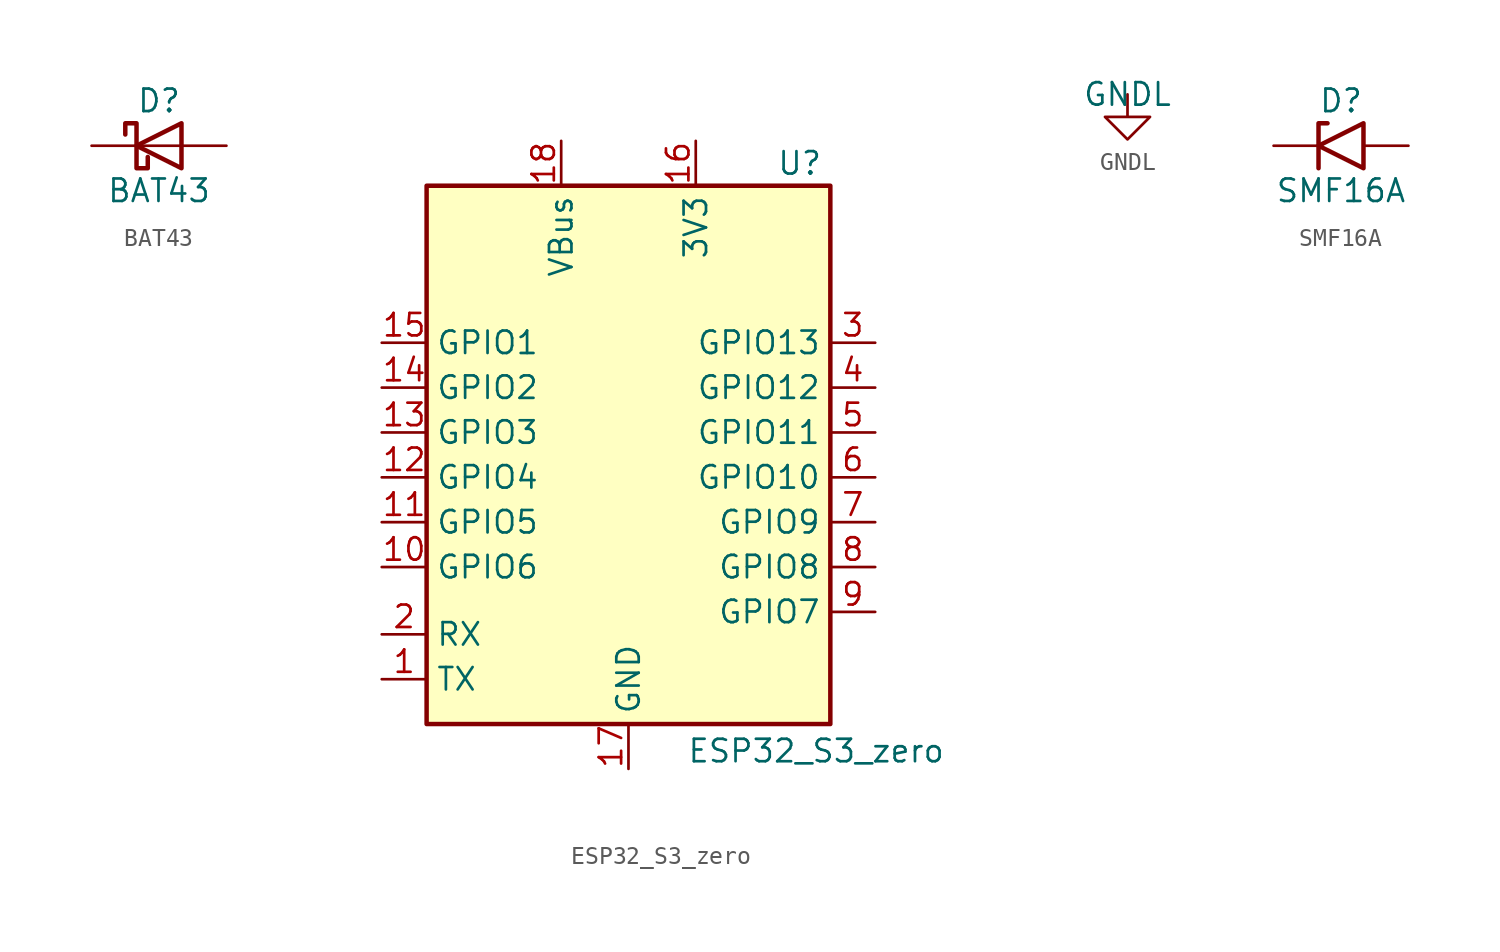
<source format=kicad_sym>
(kicad_symbol_lib
  (version 20241209)
  (generator "kicad_symbol_editor")
  (generator_version "9.0")
  (symbol "BAT43"
    (pin_numbers
      (hide yes))
    (pin_names
      (offset 1.016)
      (hide yes))
    (property "Reference" "D"
      (at 0 2.54 0)
      (effects (font (size 1.27 1.27))))
    (property "Value" "BAT43"
      (at 0 -2.54 0)
      (effects (font (size 1.27 1.27))))
    (symbol "BAT43_0_1"
      (polyline (pts (xy -1.905 0.635) (xy -1.905 1.27) (xy -1.27 1.27) (xy -1.27 -1.27) (xy -0.635 -1.27) (xy -0.635 -0.635)) (stroke (width 0.254) (type default)) (fill (type none)))
      (polyline (pts (xy 1.27 1.27) (xy 1.27 -1.27) (xy -1.27 0) (xy 1.27 1.27)) (stroke (width 0.254) (type default)) (fill (type none)))
      (polyline (pts (xy 1.27 0) (xy -1.27 0)) (stroke (width 0) (type default)) (fill (type none))))
    (symbol "BAT43_1_1"
      (pin passive line (at -3.81 0 0) (length 2.54) (name "K" (effects (font (size 1.27 1.27)))) (number "1" (effects (font (size 1.27 1.27)))))
      (pin passive line (at 3.81 0 180) (length 2.54) (name "A" (effects (font (size 1.27 1.27)))) (number "2" (effects (font (size 1.27 1.27)))))))
  (symbol "ESP32_S3_zero"
    (property "Reference" "U"
      (at 4.572 20.32 0)
      (effects (font (size 1.27 1.27)) (justify left)))
    (property "Value" "ESP32_S3_zero"
      (at -0.508 -12.954 0)
      (effects (font (size 1.27 1.27)) (justify left)))
    (symbol "ESP32_S3_zero_1_1"
      (rectangle (start -15.24 19.05) (end 7.62 -11.43) (stroke (width 0.254) (type default)) (fill (type background)))
      (pin bidirectional line (at -17.78 10.16 0) (length 2.54) (name "GPIO1" (effects (font (size 1.27 1.27)))) (number "15" (effects (font (size 1.27 1.27)))))
      (pin bidirectional line (at -17.78 7.62 0) (length 2.54) (name "GPIO2" (effects (font (size 1.27 1.27)))) (number "14" (effects (font (size 1.27 1.27)))))
      (pin bidirectional line (at -17.78 5.08 0) (length 2.54) (name "GPIO3" (effects (font (size 1.27 1.27)))) (number "13" (effects (font (size 1.27 1.27)))))
      (pin bidirectional line (at -17.78 2.54 0) (length 2.54) (name "GPIO4" (effects (font (size 1.27 1.27)))) (number "12" (effects (font (size 1.27 1.27)))))
      (pin bidirectional line (at -17.78 0 0) (length 2.54) (name "GPIO5" (effects (font (size 1.27 1.27)))) (number "11" (effects (font (size 1.27 1.27)))))
      (pin bidirectional line (at -17.78 -2.54 0) (length 2.54) (name "GPIO6" (effects (font (size 1.27 1.27)))) (number "10" (effects (font (size 1.27 1.27)))))
      (pin input line (at -17.78 -6.35 0) (length 2.54) (name "RX" (effects (font (size 1.27 1.27)))) (number "2" (effects (font (size 1.27 1.27)))) (alternate "GPIO44" bidirectional line))
      (pin output line (at -17.78 -8.89 0) (length 2.54) (name "TX" (effects (font (size 1.27 1.27)))) (number "1" (effects (font (size 1.27 1.27)))) (alternate "GPIO43" bidirectional line))
      (pin power_in line (at -7.62 21.59 270) (length 2.54) (name "VBus" (effects (font (size 1.27 1.27)))) (number "18" (effects (font (size 1.27 1.27)))))
      (pin power_in line (at -3.81 -13.97 90) (length 2.54) (name "GND" (effects (font (size 1.27 1.27)))) (number "17" (effects (font (size 1.27 1.27)))))
      (pin power_out line (at 0 21.59 270) (length 2.54) (name "3V3" (effects (font (size 1.27 1.27)))) (number "16" (effects (font (size 1.27 1.27)))))
      (pin bidirectional line (at 10.16 10.16 180) (length 2.54) (name "GPIO13" (effects (font (size 1.27 1.27)))) (number "3" (effects (font (size 1.27 1.27)))))
      (pin bidirectional line (at 10.16 7.62 180) (length 2.54) (name "GPIO12" (effects (font (size 1.27 1.27)))) (number "4" (effects (font (size 1.27 1.27)))))
      (pin bidirectional line (at 10.16 5.08 180) (length 2.54) (name "GPIO11" (effects (font (size 1.27 1.27)))) (number "5" (effects (font (size 1.27 1.27)))))
      (pin bidirectional line (at 10.16 2.54 180) (length 2.54) (name "GPIO10" (effects (font (size 1.27 1.27)))) (number "6" (effects (font (size 1.27 1.27)))))
      (pin bidirectional line (at 10.16 0 180) (length 2.54) (name "GPIO9" (effects (font (size 1.27 1.27)))) (number "7" (effects (font (size 1.27 1.27)))))
      (pin bidirectional line (at 10.16 -2.54 180) (length 2.54) (name "GPIO8" (effects (font (size 1.27 1.27)))) (number "8" (effects (font (size 1.27 1.27)))))
      (pin bidirectional line (at 10.16 -5.08 180) (length 2.54) (name "GPIO7" (effects (font (size 1.27 1.27)))) (number "9" (effects (font (size 1.27 1.27)))))))
  (symbol "GNDL"
    (property "Reference" "#PWR"
      (at 0 0 0)
      (effects (font (size 1.27 1.27)) (hide yes)))
    (property "Value" "GNDL"
      (at 0 0 0)
      (effects (font (size 1.27 1.27))))
    (symbol "GNDL_1_1"
      (polyline (pts (xy 0 0) (xy 0 -1.27) (xy 1.27 -1.27) (xy 0 -2.54) (xy -1.27 -1.27) (xy 0 -1.27)) (stroke (width 0) (type solid)) (fill (type none)))
      (pin power_in line (at 0 0 270) (length 0) (hide yes) (name "GNDL" (effects (font (size 1.27 1.27)))) (number "1" (effects (font (size 1.27 1.27)))))))
  (symbol "SMF16A"
    (pin_numbers
      (hide yes))
    (pin_names
      (offset 1.016)
      (hide yes))
    (property "Reference" "D"
      (at 0 2.54 0)
      (effects (font (size 1.27 1.27))))
    (property "Value" "SMF16A"
      (at 0 -2.54 0)
      (effects (font (size 1.27 1.27))))
    (symbol "SMF16A_0_1"
      (polyline (pts (xy -0.762 1.27) (xy -1.27 1.27) (xy -1.27 -1.27)) (stroke (width 0.254) (type default)) (fill (type none)))
      (polyline (pts (xy 1.27 1.27) (xy 1.27 -1.27) (xy -1.27 0) (xy 1.27 1.27)) (stroke (width 0.254) (type default)) (fill (type none))))
    (symbol "SMF16A_1_1"
      (pin passive line (at -3.81 0 0) (length 2.54) (name "A1" (effects (font (size 1.27 1.27)))) (number "1" (effects (font (size 1.27 1.27)))))
      (pin passive line (at 3.81 0 180) (length 2.54) (name "A2" (effects (font (size 1.27 1.27)))) (number "2" (effects (font (size 1.27 1.27))))))))
</source>
